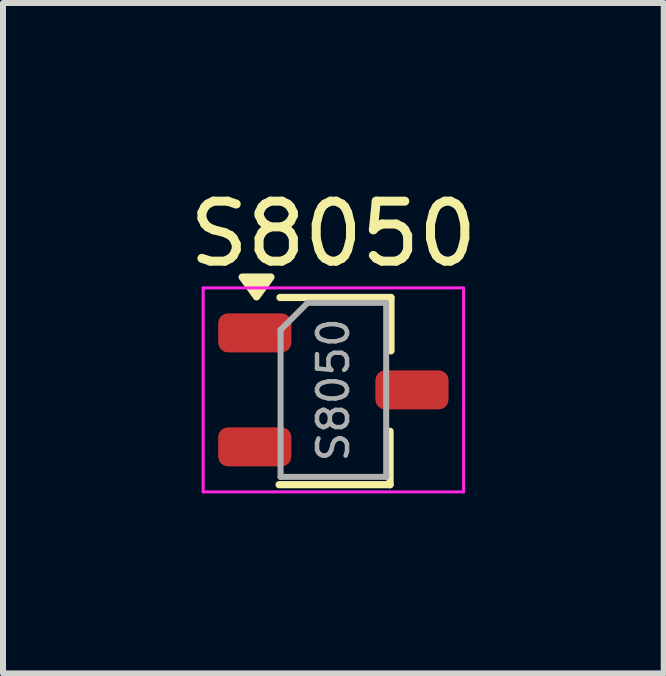
<source format=kicad_pcb>
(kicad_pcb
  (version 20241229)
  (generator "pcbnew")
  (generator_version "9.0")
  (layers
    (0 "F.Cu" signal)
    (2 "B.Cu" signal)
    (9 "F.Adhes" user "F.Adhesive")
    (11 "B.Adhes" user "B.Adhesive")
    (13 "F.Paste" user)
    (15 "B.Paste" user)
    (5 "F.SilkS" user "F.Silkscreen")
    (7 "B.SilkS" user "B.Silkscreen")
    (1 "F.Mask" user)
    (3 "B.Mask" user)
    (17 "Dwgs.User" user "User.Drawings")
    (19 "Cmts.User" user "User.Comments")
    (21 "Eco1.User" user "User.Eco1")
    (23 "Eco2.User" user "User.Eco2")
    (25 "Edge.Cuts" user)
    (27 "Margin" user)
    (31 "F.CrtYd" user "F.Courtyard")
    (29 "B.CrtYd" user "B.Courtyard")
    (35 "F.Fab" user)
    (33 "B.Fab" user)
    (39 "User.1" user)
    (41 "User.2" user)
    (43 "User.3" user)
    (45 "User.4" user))
  (footprint "S8050"
    (layer "F.Cu")
    (at 2.506 3.448)
    (property "Reference" "S8050" (at 0 -2.6 0) (layer "F.SilkS") (effects (font (size 1 1) (thickness 0.15))))
    (attr smd)
    (fp_line (start 0.945 0.69) (end 0.945 1.58) (stroke (width 0.12) (type solid)) (layer "F.SilkS"))
    (fp_line (start 0.945 1.58) (end -0.905 1.58) (stroke (width 0.12) (type solid)) (layer "F.SilkS"))
    (fp_line (start 0.96 -1.54) (end -0.89 -1.54) (stroke (width 0.12) (type solid)) (layer "F.SilkS"))
    (fp_line (start 0.96 -1.54) (end 0.96 -0.65) (stroke (width 0.12) (type solid)) (layer "F.SilkS"))
    (fp_poly (pts (xy -1.28 -1.55) (xy -1.52 -1.88) (xy -1.04 -1.88) (xy -1.28 -1.55)) (stroke (width 0.12) (type solid)) (fill yes) (layer "F.SilkS"))
    (fp_line (start -2.17 -1.7) (end -2.17 1.7) (stroke (width 0.05) (type solid)) (layer "F.CrtYd"))
    (fp_line (start -2.17 -1.7) (end 2.17 -1.7) (stroke (width 0.05) (type solid)) (layer "F.CrtYd"))
    (fp_line (start 2.17 1.7) (end -2.17 1.7) (stroke (width 0.05) (type solid)) (layer "F.CrtYd"))
    (fp_line (start 2.17 1.7) (end 2.17 -1.7) (stroke (width 0.05) (type solid)) (layer "F.CrtYd"))
    (fp_line (start -0.88 -1) (end -0.88 1.45) (stroke (width 0.1) (type solid)) (layer "F.Fab"))
    (fp_line (start -0.88 -1) (end -0.43 -1.45) (stroke (width 0.1) (type solid)) (layer "F.Fab"))
    (fp_line (start 0.88 -1.45) (end -0.43 -1.45) (stroke (width 0.1) (type solid)) (layer "F.Fab"))
    (fp_line (start 0.88 -1.45) (end 0.88 1.45) (stroke (width 0.1) (type solid)) (layer "F.Fab"))
    (fp_line (start 0.88 1.45) (end -0.88 1.45) (stroke (width 0.1) (type solid)) (layer "F.Fab"))
    (fp_text user "${REFERENCE}" (at 0 0 90) (layer "F.Fab") (effects (font (size 0.5 0.5) (thickness 0.075))))
    (pad "B" smd roundrect (at -1.31 -0.95) (size 1.22 0.65) (layers "F.Cu" "F.Mask" "F.Paste") (roundrect_rratio 0.25))
    (pad "C" smd roundrect (at 1.31 0) (size 1.22 0.65) (layers "F.Cu" "F.Mask" "F.Paste") (roundrect_rratio 0.25))
    (pad "E" smd roundrect (at -1.31 0.95) (size 1.22 0.65) (layers "F.Cu" "F.Mask" "F.Paste") (roundrect_rratio 0.25)))
  (gr_rect
    (start -3 -3)
    (end 8.012 8.173)
    (stroke (width 0.1) (type default))
    (fill no)
    (layer "Edge.Cuts")))
</source>
